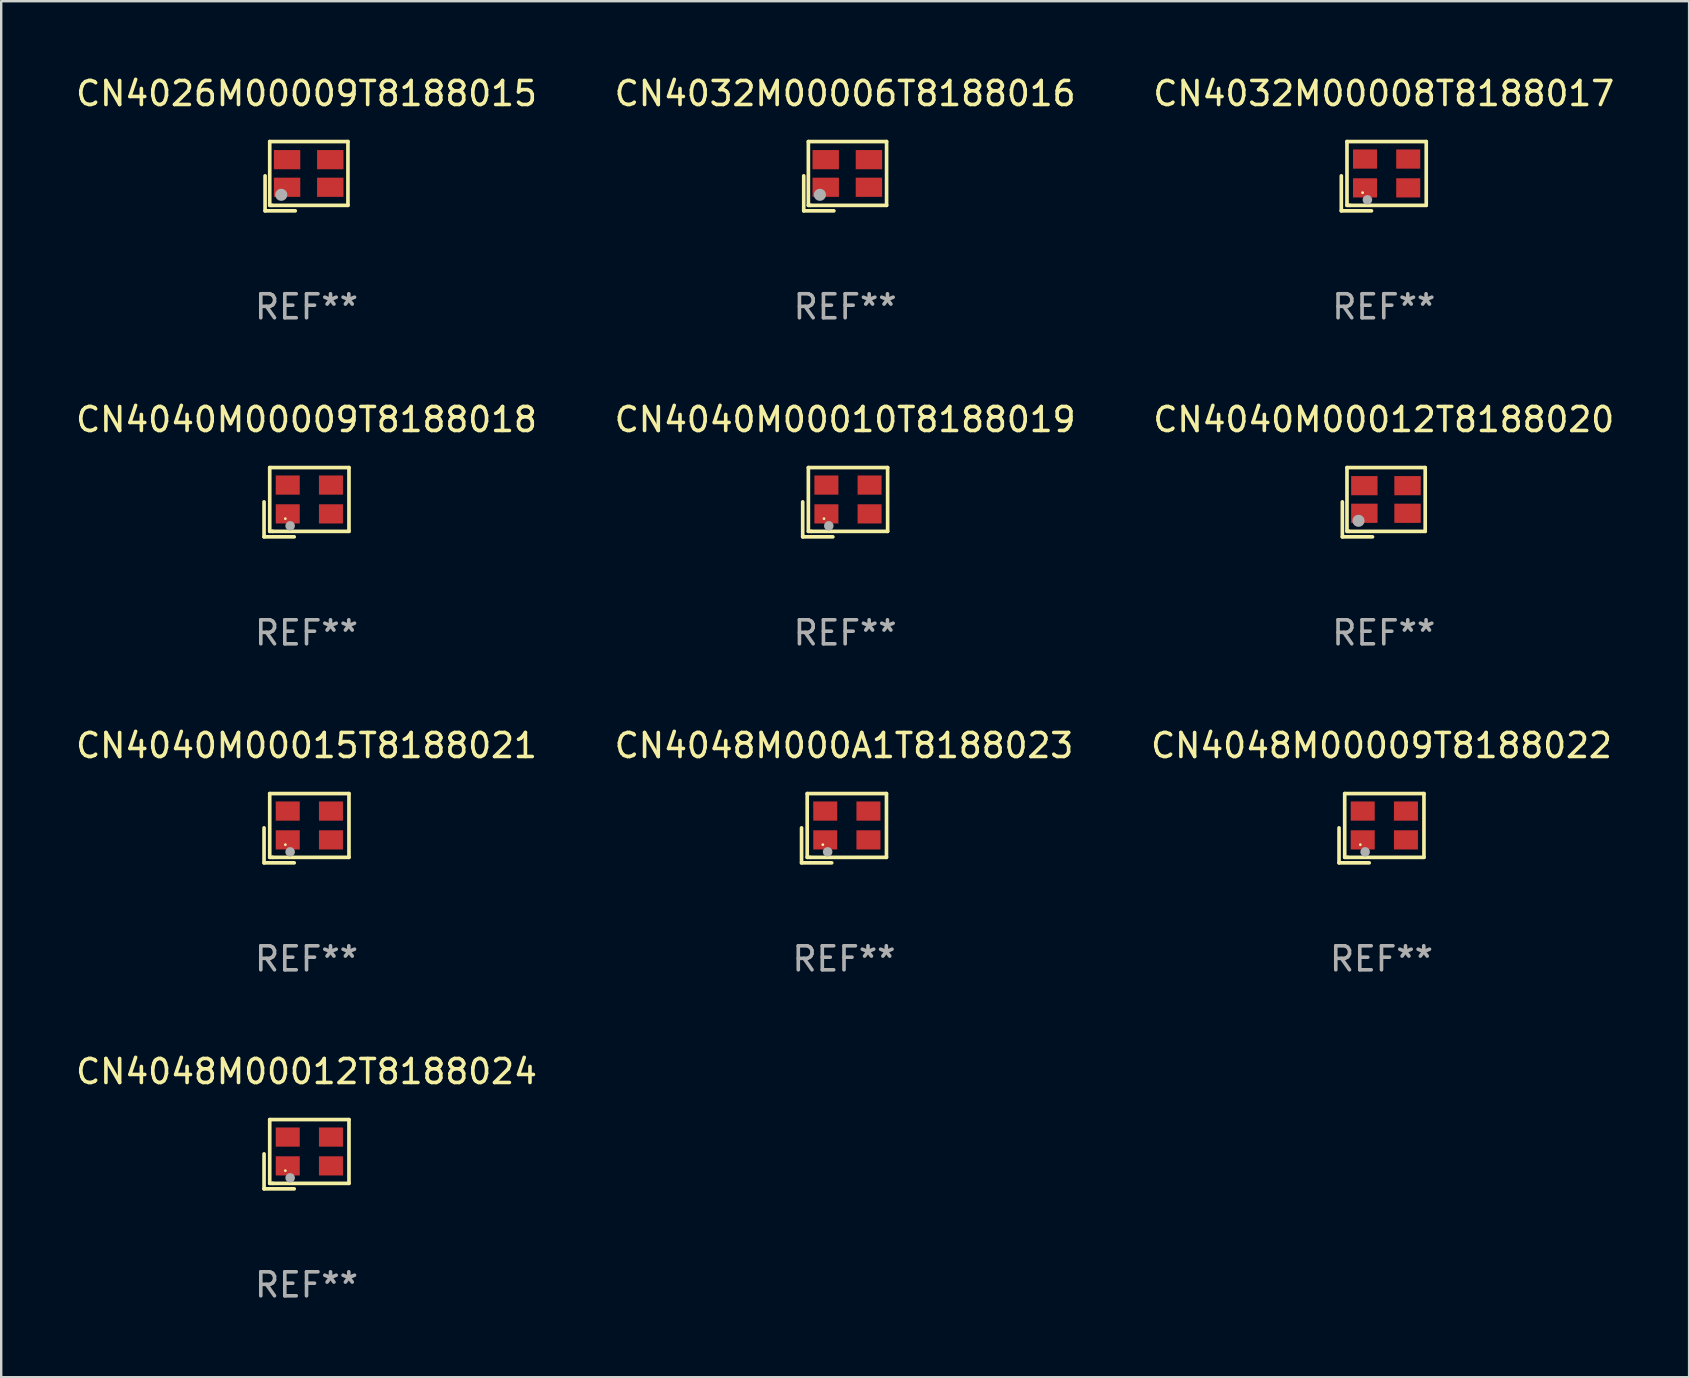
<source format=kicad_pcb>
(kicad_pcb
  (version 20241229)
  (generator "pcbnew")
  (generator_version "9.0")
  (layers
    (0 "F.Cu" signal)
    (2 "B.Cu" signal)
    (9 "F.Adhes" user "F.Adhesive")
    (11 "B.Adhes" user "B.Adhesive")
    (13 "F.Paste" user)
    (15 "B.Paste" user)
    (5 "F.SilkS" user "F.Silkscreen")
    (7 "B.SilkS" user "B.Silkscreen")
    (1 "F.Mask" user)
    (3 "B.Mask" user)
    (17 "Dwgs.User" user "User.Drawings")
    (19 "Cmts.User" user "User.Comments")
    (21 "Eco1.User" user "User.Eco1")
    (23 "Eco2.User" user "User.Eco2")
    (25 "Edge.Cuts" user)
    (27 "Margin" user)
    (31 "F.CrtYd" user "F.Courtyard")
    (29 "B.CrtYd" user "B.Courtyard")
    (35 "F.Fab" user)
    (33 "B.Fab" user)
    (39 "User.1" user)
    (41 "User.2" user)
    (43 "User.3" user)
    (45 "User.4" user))
  (footprint "CN4040M00010T8188019"
    (layer "F.Cu")
    (at 32.161 17.873)
    (property "Reference" "CN4040M00010T8188019" (at 0 -3.443 0) (layer "F.SilkS") (effects (font (size 1 1) (thickness 0.15))))
    (attr through_hole)
    (fp_line (start -1.769 -0.014) (end -1.769 1.443) (stroke (width 0.152) (type solid)) (layer "F.SilkS"))
    (fp_line (start -1.769 1.443) (end -0.512 1.443) (stroke (width 0.152) (type solid)) (layer "F.SilkS"))
    (fp_line (start -1.533 -1.443) (end 1.769 -1.443) (stroke (width 0.152) (type solid)) (layer "F.SilkS"))
    (fp_line (start -1.533 1.214) (end -1.533 -1.443) (stroke (width 0.152) (type solid)) (layer "F.SilkS"))
    (fp_line (start -1.411 1.214) (end -1.533 1.214) (stroke (width 0.152) (type solid)) (layer "F.SilkS"))
    (fp_line (start 1.769 -1.443) (end 1.769 1.214) (stroke (width 0.152) (type solid)) (layer "F.SilkS"))
    (fp_line (start 1.769 1.214) (end -1.411 1.214) (stroke (width 0.152) (type solid)) (layer "F.SilkS"))
    (fp_circle (center -0.882 0.686) (end -0.852 0.686) (stroke (width 0.06) (type solid)) (fill no) (layer "F.SilkS"))
    (fp_circle (center -0.682 0.986) (end -0.582 0.986) (stroke (width 0.2) (type solid)) (fill no) (layer "F.Fab"))
    (fp_text user "REF**" (at 0 5.443 0) (layer "F.Fab") (effects (font (size 1 1) (thickness 0.15))))
    (pad "1" smd rect (at -0.782 0.486 90) (size 0.8 1) (layers "F.Cu" "F.Mask" "F.Paste"))
    (pad "2" smd rect (at 1.018 0.486 90) (size 0.8 1) (layers "F.Cu" "F.Mask" "F.Paste"))
    (pad "3" smd rect (at 1.018 -0.714 90) (size 0.8 1) (layers "F.Cu" "F.Mask" "F.Paste"))
    (pad "4" smd rect (at -0.782 -0.714 90) (size 0.8 1) (layers "F.Cu" "F.Mask" "F.Paste")))
  (footprint "CN4040M00012T8188020"
    (layer "F.Cu")
    (at 54.601 17.873)
    (property "Reference" "CN4040M00012T8188020" (at 0 -3.443 0) (layer "F.SilkS") (effects (font (size 1 1) (thickness 0.15))))
    (attr through_hole)
    (fp_line (start -1.726 -0.015) (end -1.726 1.443) (stroke (width 0.152) (type solid)) (layer "F.SilkS"))
    (fp_line (start -1.726 1.443) (end -0.469 1.443) (stroke (width 0.152) (type solid)) (layer "F.SilkS"))
    (fp_line (start -1.533 -1.443) (end 1.726 -1.443) (stroke (width 0.152) (type solid)) (layer "F.SilkS"))
    (fp_line (start -1.533 1.214) (end -1.533 -1.443) (stroke (width 0.152) (type solid)) (layer "F.SilkS"))
    (fp_line (start -1.439 1.214) (end -1.533 1.214) (stroke (width 0.152) (type solid)) (layer "F.SilkS"))
    (fp_line (start 1.726 -1.443) (end 1.726 1.214) (stroke (width 0.152) (type solid)) (layer "F.SilkS"))
    (fp_line (start 1.726 1.214) (end -1.439 1.214) (stroke (width 0.152) (type solid)) (layer "F.SilkS"))
    (fp_circle (center -0.91 0.686) (end -0.88 0.686) (stroke (width 0.06) (type solid)) (fill no) (layer "F.SilkS"))
    (fp_circle (center -1.053 0.775) (end -0.926 0.775) (stroke (width 0.254) (type solid)) (fill no) (layer "F.Fab"))
    (fp_text user "REF**" (at 0 5.443 0) (layer "F.Fab") (effects (font (size 1 1) (thickness 0.15))))
    (pad "1" smd rect (at -0.81 0.461) (size 1.1 0.8) (layers "F.Cu" "F.Mask" "F.Paste"))
    (pad "2" smd rect (at 0.99 0.461) (size 1.1 0.8) (layers "F.Cu" "F.Mask" "F.Paste"))
    (pad "3" smd rect (at 0.99 -0.689) (size 1.1 0.8) (layers "F.Cu" "F.Mask" "F.Paste"))
    (pad "4" smd rect (at -0.81 -0.689) (size 1.1 0.8) (layers "F.Cu" "F.Mask" "F.Paste")))
  (footprint "CN4040M00015T8188021"
    (layer "F.Cu")
    (at 9.72 31.455)
    (property "Reference" "CN4040M00015T8188021" (at 0 -3.443 0) (layer "F.SilkS") (effects (font (size 1 1) (thickness 0.15))))
    (attr through_hole)
    (fp_line (start -1.769 -0.014) (end -1.769 1.443) (stroke (width 0.152) (type solid)) (layer "F.SilkS"))
    (fp_line (start -1.769 1.443) (end -0.512 1.443) (stroke (width 0.152) (type solid)) (layer "F.SilkS"))
    (fp_line (start -1.533 -1.443) (end 1.769 -1.443) (stroke (width 0.152) (type solid)) (layer "F.SilkS"))
    (fp_line (start -1.533 1.214) (end -1.533 -1.443) (stroke (width 0.152) (type solid)) (layer "F.SilkS"))
    (fp_line (start -1.411 1.214) (end -1.533 1.214) (stroke (width 0.152) (type solid)) (layer "F.SilkS"))
    (fp_line (start 1.769 -1.443) (end 1.769 1.214) (stroke (width 0.152) (type solid)) (layer "F.SilkS"))
    (fp_line (start 1.769 1.214) (end -1.411 1.214) (stroke (width 0.152) (type solid)) (layer "F.SilkS"))
    (fp_circle (center -0.882 0.686) (end -0.852 0.686) (stroke (width 0.06) (type solid)) (fill no) (layer "F.SilkS"))
    (fp_circle (center -0.682 0.986) (end -0.582 0.986) (stroke (width 0.2) (type solid)) (fill no) (layer "F.Fab"))
    (fp_text user "REF**" (at 0 5.443 0) (layer "F.Fab") (effects (font (size 1 1) (thickness 0.15))))
    (pad "1" smd rect (at -0.782 0.486 90) (size 0.8 1) (layers "F.Cu" "F.Mask" "F.Paste"))
    (pad "2" smd rect (at 1.018 0.486 90) (size 0.8 1) (layers "F.Cu" "F.Mask" "F.Paste"))
    (pad "3" smd rect (at 1.018 -0.714 90) (size 0.8 1) (layers "F.Cu" "F.Mask" "F.Paste"))
    (pad "4" smd rect (at -0.782 -0.714 90) (size 0.8 1) (layers "F.Cu" "F.Mask" "F.Paste")))
  (footprint "CN4048M00012T8188024"
    (layer "F.Cu")
    (at 9.72 45.037)
    (property "Reference" "CN4048M00012T8188024" (at 0 -3.443 0) (layer "F.SilkS") (effects (font (size 1 1) (thickness 0.15))))
    (attr through_hole)
    (fp_line (start -1.769 -0.014) (end -1.769 1.443) (stroke (width 0.152) (type solid)) (layer "F.SilkS"))
    (fp_line (start -1.769 1.443) (end -0.512 1.443) (stroke (width 0.152) (type solid)) (layer "F.SilkS"))
    (fp_line (start -1.533 -1.443) (end 1.769 -1.443) (stroke (width 0.152) (type solid)) (layer "F.SilkS"))
    (fp_line (start -1.533 1.214) (end -1.533 -1.443) (stroke (width 0.152) (type solid)) (layer "F.SilkS"))
    (fp_line (start -1.411 1.214) (end -1.533 1.214) (stroke (width 0.152) (type solid)) (layer "F.SilkS"))
    (fp_line (start 1.769 -1.443) (end 1.769 1.214) (stroke (width 0.152) (type solid)) (layer "F.SilkS"))
    (fp_line (start 1.769 1.214) (end -1.411 1.214) (stroke (width 0.152) (type solid)) (layer "F.SilkS"))
    (fp_circle (center -0.882 0.686) (end -0.852 0.686) (stroke (width 0.06) (type solid)) (fill no) (layer "F.SilkS"))
    (fp_circle (center -0.682 0.986) (end -0.582 0.986) (stroke (width 0.2) (type solid)) (fill no) (layer "F.Fab"))
    (fp_text user "REF**" (at 0 5.443 0) (layer "F.Fab") (effects (font (size 1 1) (thickness 0.15))))
    (pad "1" smd rect (at -0.782 0.486 90) (size 0.8 1) (layers "F.Cu" "F.Mask" "F.Paste"))
    (pad "2" smd rect (at 1.018 0.486 90) (size 0.8 1) (layers "F.Cu" "F.Mask" "F.Paste"))
    (pad "3" smd rect (at 1.018 -0.714 90) (size 0.8 1) (layers "F.Cu" "F.Mask" "F.Paste"))
    (pad "4" smd rect (at -0.782 -0.714 90) (size 0.8 1) (layers "F.Cu" "F.Mask" "F.Paste")))
  (footprint "CN4032M00006T8188016"
    (layer "F.Cu")
    (at 32.161 4.291)
    (property "Reference" "CN4032M00006T8188016" (at 0 -3.443 0) (layer "F.SilkS") (effects (font (size 1 1) (thickness 0.15))))
    (attr through_hole)
    (fp_line (start -1.726 -0.015) (end -1.726 1.443) (stroke (width 0.152) (type solid)) (layer "F.SilkS"))
    (fp_line (start -1.726 1.443) (end -0.469 1.443) (stroke (width 0.152) (type solid)) (layer "F.SilkS"))
    (fp_line (start -1.533 -1.443) (end 1.726 -1.443) (stroke (width 0.152) (type solid)) (layer "F.SilkS"))
    (fp_line (start -1.533 1.214) (end -1.533 -1.443) (stroke (width 0.152) (type solid)) (layer "F.SilkS"))
    (fp_line (start -1.439 1.214) (end -1.533 1.214) (stroke (width 0.152) (type solid)) (layer "F.SilkS"))
    (fp_line (start 1.726 -1.443) (end 1.726 1.214) (stroke (width 0.152) (type solid)) (layer "F.SilkS"))
    (fp_line (start 1.726 1.214) (end -1.439 1.214) (stroke (width 0.152) (type solid)) (layer "F.SilkS"))
    (fp_circle (center -0.91 0.686) (end -0.88 0.686) (stroke (width 0.06) (type solid)) (fill no) (layer "F.SilkS"))
    (fp_circle (center -1.053 0.775) (end -0.926 0.775) (stroke (width 0.254) (type solid)) (fill no) (layer "F.Fab"))
    (fp_text user "REF**" (at 0 5.443 0) (layer "F.Fab") (effects (font (size 1 1) (thickness 0.15))))
    (pad "1" smd rect (at -0.81 0.461) (size 1.1 0.8) (layers "F.Cu" "F.Mask" "F.Paste"))
    (pad "2" smd rect (at 0.99 0.461) (size 1.1 0.8) (layers "F.Cu" "F.Mask" "F.Paste"))
    (pad "3" smd rect (at 0.99 -0.689) (size 1.1 0.8) (layers "F.Cu" "F.Mask" "F.Paste"))
    (pad "4" smd rect (at -0.81 -0.689) (size 1.1 0.8) (layers "F.Cu" "F.Mask" "F.Paste")))
  (footprint "CN4032M00008T8188017"
    (layer "F.Cu")
    (at 54.601 4.291)
    (property "Reference" "CN4032M00008T8188017" (at 0 -3.443 0) (layer "F.SilkS") (effects (font (size 1 1) (thickness 0.15))))
    (attr through_hole)
    (fp_line (start -1.769 -0.014) (end -1.769 1.443) (stroke (width 0.152) (type solid)) (layer "F.SilkS"))
    (fp_line (start -1.769 1.443) (end -0.512 1.443) (stroke (width 0.152) (type solid)) (layer "F.SilkS"))
    (fp_line (start -1.533 -1.443) (end 1.769 -1.443) (stroke (width 0.152) (type solid)) (layer "F.SilkS"))
    (fp_line (start -1.533 1.214) (end -1.533 -1.443) (stroke (width 0.152) (type solid)) (layer "F.SilkS"))
    (fp_line (start -1.411 1.214) (end -1.533 1.214) (stroke (width 0.152) (type solid)) (layer "F.SilkS"))
    (fp_line (start 1.769 -1.443) (end 1.769 1.214) (stroke (width 0.152) (type solid)) (layer "F.SilkS"))
    (fp_line (start 1.769 1.214) (end -1.411 1.214) (stroke (width 0.152) (type solid)) (layer "F.SilkS"))
    (fp_circle (center -0.882 0.686) (end -0.852 0.686) (stroke (width 0.06) (type solid)) (fill no) (layer "F.SilkS"))
    (fp_circle (center -0.682 0.986) (end -0.582 0.986) (stroke (width 0.2) (type solid)) (fill no) (layer "F.Fab"))
    (fp_text user "REF**" (at 0 5.443 0) (layer "F.Fab") (effects (font (size 1 1) (thickness 0.15))))
    (pad "1" smd rect (at -0.782 0.486 90) (size 0.8 1) (layers "F.Cu" "F.Mask" "F.Paste"))
    (pad "2" smd rect (at 1.018 0.486 90) (size 0.8 1) (layers "F.Cu" "F.Mask" "F.Paste"))
    (pad "3" smd rect (at 1.018 -0.714 90) (size 0.8 1) (layers "F.Cu" "F.Mask" "F.Paste"))
    (pad "4" smd rect (at -0.782 -0.714 90) (size 0.8 1) (layers "F.Cu" "F.Mask" "F.Paste")))
  (footprint "CN4026M00009T8188015"
    (layer "F.Cu")
    (at 9.72 4.291)
    (property "Reference" "CN4026M00009T8188015" (at 0 -3.443 0) (layer "F.SilkS") (effects (font (size 1 1) (thickness 0.15))))
    (attr through_hole)
    (fp_line (start -1.726 -0.015) (end -1.726 1.443) (stroke (width 0.152) (type solid)) (layer "F.SilkS"))
    (fp_line (start -1.726 1.443) (end -0.469 1.443) (stroke (width 0.152) (type solid)) (layer "F.SilkS"))
    (fp_line (start -1.533 -1.443) (end 1.726 -1.443) (stroke (width 0.152) (type solid)) (layer "F.SilkS"))
    (fp_line (start -1.533 1.214) (end -1.533 -1.443) (stroke (width 0.152) (type solid)) (layer "F.SilkS"))
    (fp_line (start -1.439 1.214) (end -1.533 1.214) (stroke (width 0.152) (type solid)) (layer "F.SilkS"))
    (fp_line (start 1.726 -1.443) (end 1.726 1.214) (stroke (width 0.152) (type solid)) (layer "F.SilkS"))
    (fp_line (start 1.726 1.214) (end -1.439 1.214) (stroke (width 0.152) (type solid)) (layer "F.SilkS"))
    (fp_circle (center -0.91 0.686) (end -0.88 0.686) (stroke (width 0.06) (type solid)) (fill no) (layer "F.SilkS"))
    (fp_circle (center -1.053 0.775) (end -0.926 0.775) (stroke (width 0.254) (type solid)) (fill no) (layer "F.Fab"))
    (fp_text user "REF**" (at 0 5.443 0) (layer "F.Fab") (effects (font (size 1 1) (thickness 0.15))))
    (pad "1" smd rect (at -0.81 0.461) (size 1.1 0.8) (layers "F.Cu" "F.Mask" "F.Paste"))
    (pad "2" smd rect (at 0.99 0.461) (size 1.1 0.8) (layers "F.Cu" "F.Mask" "F.Paste"))
    (pad "3" smd rect (at 0.99 -0.689) (size 1.1 0.8) (layers "F.Cu" "F.Mask" "F.Paste"))
    (pad "4" smd rect (at -0.81 -0.689) (size 1.1 0.8) (layers "F.Cu" "F.Mask" "F.Paste")))
  (footprint "CN4040M00009T8188018"
    (layer "F.Cu")
    (at 9.72 17.873)
    (property "Reference" "CN4040M00009T8188018" (at 0 -3.443 0) (layer "F.SilkS") (effects (font (size 1 1) (thickness 0.15))))
    (attr through_hole)
    (fp_line (start -1.769 -0.014) (end -1.769 1.443) (stroke (width 0.152) (type solid)) (layer "F.SilkS"))
    (fp_line (start -1.769 1.443) (end -0.512 1.443) (stroke (width 0.152) (type solid)) (layer "F.SilkS"))
    (fp_line (start -1.533 -1.443) (end 1.769 -1.443) (stroke (width 0.152) (type solid)) (layer "F.SilkS"))
    (fp_line (start -1.533 1.214) (end -1.533 -1.443) (stroke (width 0.152) (type solid)) (layer "F.SilkS"))
    (fp_line (start -1.411 1.214) (end -1.533 1.214) (stroke (width 0.152) (type solid)) (layer "F.SilkS"))
    (fp_line (start 1.769 -1.443) (end 1.769 1.214) (stroke (width 0.152) (type solid)) (layer "F.SilkS"))
    (fp_line (start 1.769 1.214) (end -1.411 1.214) (stroke (width 0.152) (type solid)) (layer "F.SilkS"))
    (fp_circle (center -0.882 0.686) (end -0.852 0.686) (stroke (width 0.06) (type solid)) (fill no) (layer "F.SilkS"))
    (fp_circle (center -0.682 0.986) (end -0.582 0.986) (stroke (width 0.2) (type solid)) (fill no) (layer "F.Fab"))
    (fp_text user "REF**" (at 0 5.443 0) (layer "F.Fab") (effects (font (size 1 1) (thickness 0.15))))
    (pad "1" smd rect (at -0.782 0.486 90) (size 0.8 1) (layers "F.Cu" "F.Mask" "F.Paste"))
    (pad "2" smd rect (at 1.018 0.486 90) (size 0.8 1) (layers "F.Cu" "F.Mask" "F.Paste"))
    (pad "3" smd rect (at 1.018 -0.714 90) (size 0.8 1) (layers "F.Cu" "F.Mask" "F.Paste"))
    (pad "4" smd rect (at -0.782 -0.714 90) (size 0.8 1) (layers "F.Cu" "F.Mask" "F.Paste")))
  (footprint "CN4048M000A1T8188023"
    (layer "F.Cu")
    (at 32.113 31.455)
    (property "Reference" "CN4048M000A1T8188023" (at 0 -3.443 0) (layer "F.SilkS") (effects (font (size 1 1) (thickness 0.15))))
    (attr through_hole)
    (fp_line (start -1.769 -0.014) (end -1.769 1.443) (stroke (width 0.152) (type solid)) (layer "F.SilkS"))
    (fp_line (start -1.769 1.443) (end -0.512 1.443) (stroke (width 0.152) (type solid)) (layer "F.SilkS"))
    (fp_line (start -1.533 -1.443) (end 1.769 -1.443) (stroke (width 0.152) (type solid)) (layer "F.SilkS"))
    (fp_line (start -1.533 1.214) (end -1.533 -1.443) (stroke (width 0.152) (type solid)) (layer "F.SilkS"))
    (fp_line (start -1.411 1.214) (end -1.533 1.214) (stroke (width 0.152) (type solid)) (layer "F.SilkS"))
    (fp_line (start 1.769 -1.443) (end 1.769 1.214) (stroke (width 0.152) (type solid)) (layer "F.SilkS"))
    (fp_line (start 1.769 1.214) (end -1.411 1.214) (stroke (width 0.152) (type solid)) (layer "F.SilkS"))
    (fp_circle (center -0.882 0.686) (end -0.852 0.686) (stroke (width 0.06) (type solid)) (fill no) (layer "F.SilkS"))
    (fp_circle (center -0.682 0.986) (end -0.582 0.986) (stroke (width 0.2) (type solid)) (fill no) (layer "F.Fab"))
    (fp_text user "REF**" (at 0 5.443 0) (layer "F.Fab") (effects (font (size 1 1) (thickness 0.15))))
    (pad "1" smd rect (at -0.782 0.486 90) (size 0.8 1) (layers "F.Cu" "F.Mask" "F.Paste"))
    (pad "2" smd rect (at 1.018 0.486 90) (size 0.8 1) (layers "F.Cu" "F.Mask" "F.Paste"))
    (pad "3" smd rect (at 1.018 -0.714 90) (size 0.8 1) (layers "F.Cu" "F.Mask" "F.Paste"))
    (pad "4" smd rect (at -0.782 -0.714 90) (size 0.8 1) (layers "F.Cu" "F.Mask" "F.Paste")))
  (footprint "CN4048M00009T8188022"
    (layer "F.Cu")
    (at 54.506 31.455)
    (property "Reference" "CN4048M00009T8188022" (at 0 -3.443 0) (layer "F.SilkS") (effects (font (size 1 1) (thickness 0.15))))
    (attr through_hole)
    (fp_line (start -1.769 -0.014) (end -1.769 1.443) (stroke (width 0.152) (type solid)) (layer "F.SilkS"))
    (fp_line (start -1.769 1.443) (end -0.512 1.443) (stroke (width 0.152) (type solid)) (layer "F.SilkS"))
    (fp_line (start -1.533 -1.443) (end 1.769 -1.443) (stroke (width 0.152) (type solid)) (layer "F.SilkS"))
    (fp_line (start -1.533 1.214) (end -1.533 -1.443) (stroke (width 0.152) (type solid)) (layer "F.SilkS"))
    (fp_line (start -1.411 1.214) (end -1.533 1.214) (stroke (width 0.152) (type solid)) (layer "F.SilkS"))
    (fp_line (start 1.769 -1.443) (end 1.769 1.214) (stroke (width 0.152) (type solid)) (layer "F.SilkS"))
    (fp_line (start 1.769 1.214) (end -1.411 1.214) (stroke (width 0.152) (type solid)) (layer "F.SilkS"))
    (fp_circle (center -0.882 0.686) (end -0.852 0.686) (stroke (width 0.06) (type solid)) (fill no) (layer "F.SilkS"))
    (fp_circle (center -0.682 0.986) (end -0.582 0.986) (stroke (width 0.2) (type solid)) (fill no) (layer "F.Fab"))
    (fp_text user "REF**" (at 0 5.443 0) (layer "F.Fab") (effects (font (size 1 1) (thickness 0.15))))
    (pad "1" smd rect (at -0.782 0.486 90) (size 0.8 1) (layers "F.Cu" "F.Mask" "F.Paste"))
    (pad "2" smd rect (at 1.018 0.486 90) (size 0.8 1) (layers "F.Cu" "F.Mask" "F.Paste"))
    (pad "3" smd rect (at 1.018 -0.714 90) (size 0.8 1) (layers "F.Cu" "F.Mask" "F.Paste"))
    (pad "4" smd rect (at -0.782 -0.714 90) (size 0.8 1) (layers "F.Cu" "F.Mask" "F.Paste")))
  (gr_rect
    (start -3 -3)
    (end 67.321 54.328)
    (stroke (width 0.1) (type default))
    (fill no)
    (layer "Edge.Cuts")))
</source>
